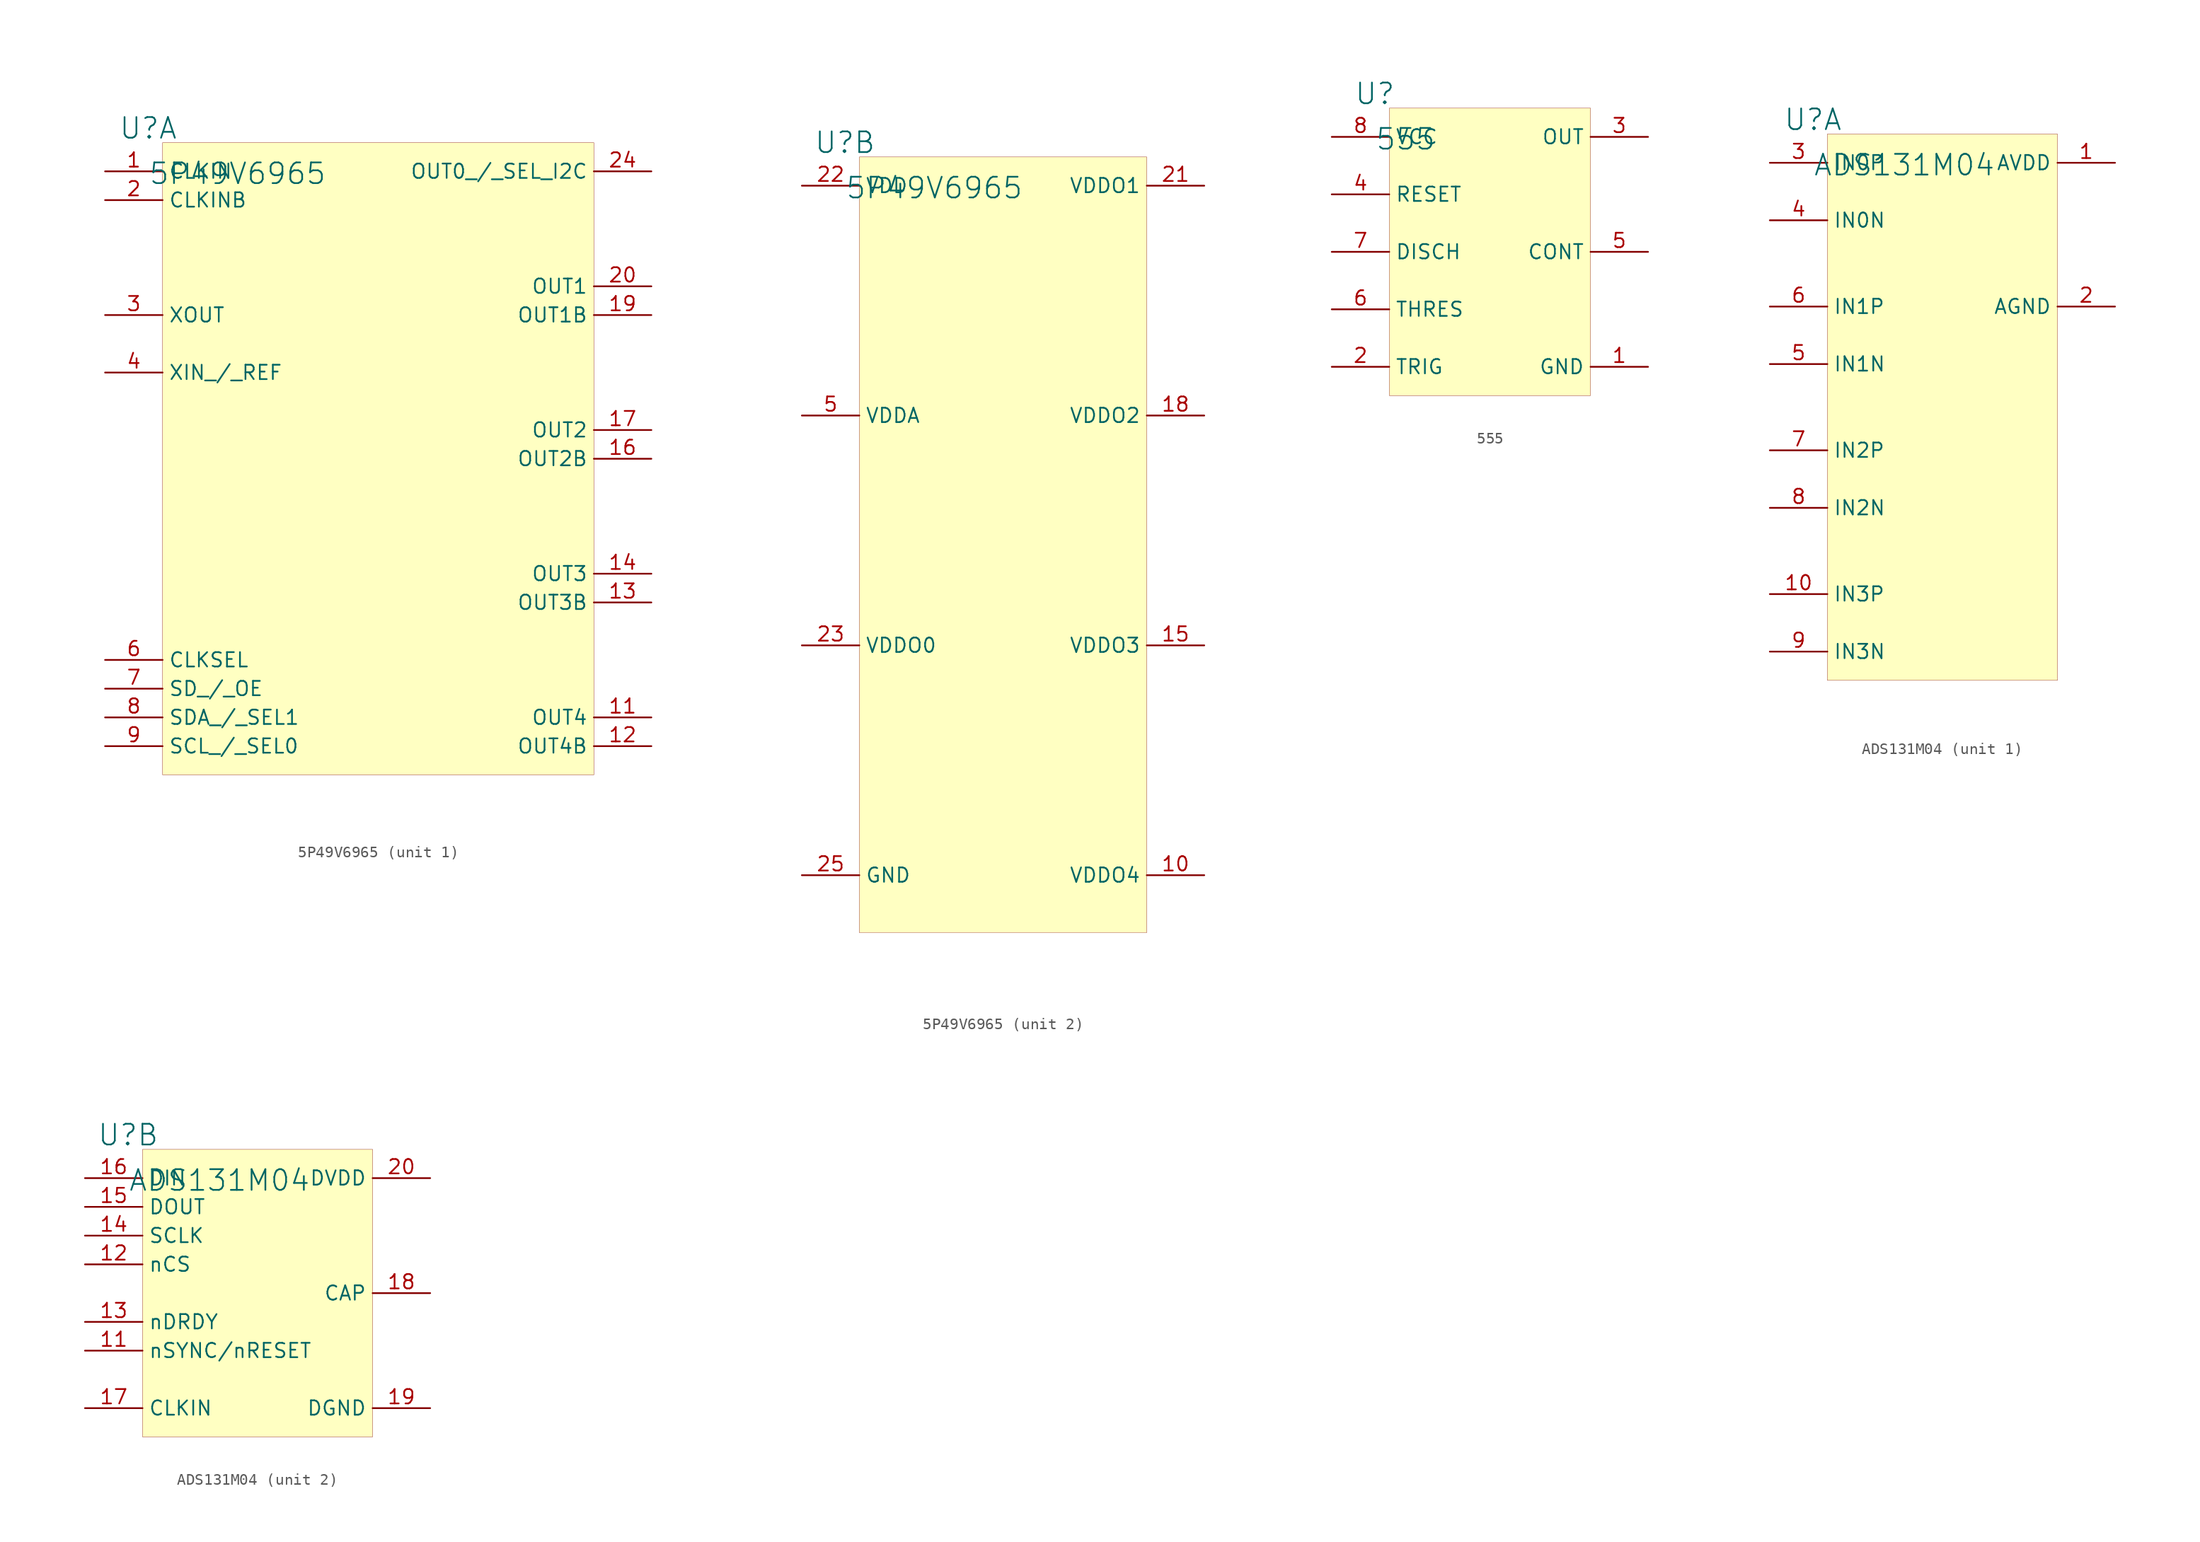
<source format=kicad_sym>
(kicad_symbol_lib
  (version 20231120)
  (generator "kicad_symbol_editor")
  (generator_version "8.0")
  (symbol "5P49V6965"
    (property "Reference" "U"
      (at -1.27 1.27 0)
      (effects (font (size 1.829 1.829))))
    (property "Value" "5P49V6965"
      (at -1.27 -3.81 0)
      (effects (font (size 1.829 1.829)) (justify left bottom)))
    (symbol "5P49V6965_1_0"
      (rectangle (start 38.1 0) (end 0 -55.88) (stroke (width 0.025) (type solid) (color 128 0 0 1)) (fill (type background)))
      (pin passive line (at -5.08 -2.54 0) (length 5.08) (name "CLKIN" (effects (font (size 1.27 1.27)))) (number "1" (effects (font (size 1.27 1.27)))))
      (pin passive line (at 43.18 -50.8 180) (length 5.08) (name "OUT4" (effects (font (size 1.27 1.27)))) (number "11" (effects (font (size 1.27 1.27)))))
      (pin passive line (at 43.18 -53.34 180) (length 5.08) (name "OUT4B" (effects (font (size 1.27 1.27)))) (number "12" (effects (font (size 1.27 1.27)))))
      (pin passive line (at 43.18 -40.64 180) (length 5.08) (name "OUT3B" (effects (font (size 1.27 1.27)))) (number "13" (effects (font (size 1.27 1.27)))))
      (pin passive line (at 43.18 -38.1 180) (length 5.08) (name "OUT3" (effects (font (size 1.27 1.27)))) (number "14" (effects (font (size 1.27 1.27)))))
      (pin passive line (at 43.18 -27.94 180) (length 5.08) (name "OUT2B" (effects (font (size 1.27 1.27)))) (number "16" (effects (font (size 1.27 1.27)))))
      (pin passive line (at 43.18 -25.4 180) (length 5.08) (name "OUT2" (effects (font (size 1.27 1.27)))) (number "17" (effects (font (size 1.27 1.27)))))
      (pin passive line (at 43.18 -15.24 180) (length 5.08) (name "OUT1B" (effects (font (size 1.27 1.27)))) (number "19" (effects (font (size 1.27 1.27)))))
      (pin passive line (at -5.08 -5.08 0) (length 5.08) (name "CLKINB" (effects (font (size 1.27 1.27)))) (number "2" (effects (font (size 1.27 1.27)))))
      (pin passive line (at 43.18 -12.7 180) (length 5.08) (name "OUT1" (effects (font (size 1.27 1.27)))) (number "20" (effects (font (size 1.27 1.27)))))
      (pin passive line (at 43.18 -2.54 180) (length 5.08) (name "OUT0_/_SEL_I2C" (effects (font (size 1.27 1.27)))) (number "24" (effects (font (size 1.27 1.27)))))
      (pin passive line (at -5.08 -15.24 0) (length 5.08) (name "XOUT" (effects (font (size 1.27 1.27)))) (number "3" (effects (font (size 1.27 1.27)))))
      (pin passive line (at -5.08 -20.32 0) (length 5.08) (name "XIN_/_REF" (effects (font (size 1.27 1.27)))) (number "4" (effects (font (size 1.27 1.27)))))
      (pin passive line (at -5.08 -45.72 0) (length 5.08) (name "CLKSEL" (effects (font (size 1.27 1.27)))) (number "6" (effects (font (size 1.27 1.27)))))
      (pin passive line (at -5.08 -48.26 0) (length 5.08) (name "SD_/_OE" (effects (font (size 1.27 1.27)))) (number "7" (effects (font (size 1.27 1.27)))))
      (pin passive line (at -5.08 -50.8 0) (length 5.08) (name "SDA_/_SEL1" (effects (font (size 1.27 1.27)))) (number "8" (effects (font (size 1.27 1.27)))))
      (pin passive line (at -5.08 -53.34 0) (length 5.08) (name "SCL_/_SEL0" (effects (font (size 1.27 1.27)))) (number "9" (effects (font (size 1.27 1.27))))))
    (symbol "5P49V6965_2_0"
      (rectangle (start 25.4 0) (end 0 -68.58) (stroke (width 0.025) (type solid) (color 128 0 0 1)) (fill (type background)))
      (pin passive line (at 30.48 -63.5 180) (length 5.08) (name "VDDO4" (effects (font (size 1.27 1.27)))) (number "10" (effects (font (size 1.27 1.27)))))
      (pin passive line (at 30.48 -43.18 180) (length 5.08) (name "VDDO3" (effects (font (size 1.27 1.27)))) (number "15" (effects (font (size 1.27 1.27)))))
      (pin passive line (at 30.48 -22.86 180) (length 5.08) (name "VDDO2" (effects (font (size 1.27 1.27)))) (number "18" (effects (font (size 1.27 1.27)))))
      (pin passive line (at 30.48 -2.54 180) (length 5.08) (name "VDDO1" (effects (font (size 1.27 1.27)))) (number "21" (effects (font (size 1.27 1.27)))))
      (pin passive line (at -5.08 -2.54 0) (length 5.08) (name "VDD" (effects (font (size 1.27 1.27)))) (number "22" (effects (font (size 1.27 1.27)))))
      (pin passive line (at -5.08 -43.18 0) (length 5.08) (name "VDDO0" (effects (font (size 1.27 1.27)))) (number "23" (effects (font (size 1.27 1.27)))))
      (pin passive line (at -5.08 -63.5 0) (length 5.08) (name "GND" (effects (font (size 1.27 1.27)))) (number "25" (effects (font (size 1.27 1.27)))))
      (pin passive line (at -5.08 -22.86 0) (length 5.08) (name "VDDA" (effects (font (size 1.27 1.27)))) (number "5" (effects (font (size 1.27 1.27)))))))
  (symbol "555"
    (property "Reference" "U"
      (at -1.27 1.27 0)
      (effects (font (size 1.829 1.829))))
    (property "Value" "555"
      (at -1.27 -3.81 0)
      (effects (font (size 1.829 1.829)) (justify left bottom)))
    (symbol "555_1_0"
      (rectangle (start 17.78 0) (end 0 -25.4) (stroke (width 0.025) (type solid) (color 128 0 0 1)) (fill (type background)))
      (pin passive line (at 22.86 -22.86 180) (length 5.08) (name "GND" (effects (font (size 1.27 1.27)))) (number "1" (effects (font (size 1.27 1.27)))))
      (pin input line (at -5.08 -22.86 0) (length 5.08) (name "TRIG" (effects (font (size 1.27 1.27)))) (number "2" (effects (font (size 1.27 1.27)))))
      (pin output line (at 22.86 -2.54 180) (length 5.08) (name "OUT" (effects (font (size 1.27 1.27)))) (number "3" (effects (font (size 1.27 1.27)))))
      (pin input line (at -5.08 -7.62 0) (length 5.08) (name "RESET" (effects (font (size 1.27 1.27)))) (number "4" (effects (font (size 1.27 1.27)))))
      (pin passive line (at 22.86 -12.7 180) (length 5.08) (name "CONT" (effects (font (size 1.27 1.27)))) (number "5" (effects (font (size 1.27 1.27)))))
      (pin input line (at -5.08 -17.78 0) (length 5.08) (name "THRES" (effects (font (size 1.27 1.27)))) (number "6" (effects (font (size 1.27 1.27)))))
      (pin passive line (at -5.08 -12.7 0) (length 5.08) (name "DISCH" (effects (font (size 1.27 1.27)))) (number "7" (effects (font (size 1.27 1.27)))))
      (pin power_in line (at -5.08 -2.54 0) (length 5.08) (name "VCC" (effects (font (size 1.27 1.27)))) (number "8" (effects (font (size 1.27 1.27)))))))
  (symbol "ADS131M04"
    (property "Reference" "U"
      (at -1.27 1.27 0)
      (effects (font (size 1.829 1.829))))
    (property "Value" "ADS131M04"
      (at -1.27 -3.81 0)
      (effects (font (size 1.829 1.829)) (justify left bottom)))
    (symbol "ADS131M04_1_0"
      (rectangle (start 20.32 0) (end 0 -48.26) (stroke (width 0.025) (type solid) (color 128 0 0 1)) (fill (type background)))
      (pin power_in line (at 25.4 -2.54 180) (length 5.08) (name "AVDD" (effects (font (size 1.27 1.27)))) (number "1" (effects (font (size 1.27 1.27)))))
      (pin input line (at -5.08 -40.64 0) (length 5.08) (name "IN3P" (effects (font (size 1.27 1.27)))) (number "10" (effects (font (size 1.27 1.27)))))
      (pin passive line (at 25.4 -15.24 180) (length 5.08) (name "AGND" (effects (font (size 1.27 1.27)))) (number "2" (effects (font (size 1.27 1.27)))))
      (pin input line (at -5.08 -2.54 0) (length 5.08) (name "IN0P" (effects (font (size 1.27 1.27)))) (number "3" (effects (font (size 1.27 1.27)))))
      (pin input line (at -5.08 -7.62 0) (length 5.08) (name "IN0N" (effects (font (size 1.27 1.27)))) (number "4" (effects (font (size 1.27 1.27)))))
      (pin input line (at -5.08 -20.32 0) (length 5.08) (name "IN1N" (effects (font (size 1.27 1.27)))) (number "5" (effects (font (size 1.27 1.27)))))
      (pin input line (at -5.08 -15.24 0) (length 5.08) (name "IN1P" (effects (font (size 1.27 1.27)))) (number "6" (effects (font (size 1.27 1.27)))))
      (pin input line (at -5.08 -27.94 0) (length 5.08) (name "IN2P" (effects (font (size 1.27 1.27)))) (number "7" (effects (font (size 1.27 1.27)))))
      (pin input line (at -5.08 -33.02 0) (length 5.08) (name "IN2N" (effects (font (size 1.27 1.27)))) (number "8" (effects (font (size 1.27 1.27)))))
      (pin input line (at -5.08 -45.72 0) (length 5.08) (name "IN3N" (effects (font (size 1.27 1.27)))) (number "9" (effects (font (size 1.27 1.27))))))
    (symbol "ADS131M04_2_0"
      (rectangle (start 20.32 0) (end 0 -25.4) (stroke (width 0.025) (type solid) (color 128 0 0 1)) (fill (type background)))
      (pin input line (at -5.08 -17.78 0) (length 5.08) (name "nSYNC/nRESET" (effects (font (size 1.27 1.27)))) (number "11" (effects (font (size 1.27 1.27)))))
      (pin input line (at -5.08 -10.16 0) (length 5.08) (name "nCS" (effects (font (size 1.27 1.27)))) (number "12" (effects (font (size 1.27 1.27)))))
      (pin input line (at -5.08 -15.24 0) (length 5.08) (name "nDRDY" (effects (font (size 1.27 1.27)))) (number "13" (effects (font (size 1.27 1.27)))))
      (pin input line (at -5.08 -7.62 0) (length 5.08) (name "SCLK" (effects (font (size 1.27 1.27)))) (number "14" (effects (font (size 1.27 1.27)))))
      (pin output line (at -5.08 -5.08 0) (length 5.08) (name "DOUT" (effects (font (size 1.27 1.27)))) (number "15" (effects (font (size 1.27 1.27)))))
      (pin input line (at -5.08 -2.54 0) (length 5.08) (name "DIN" (effects (font (size 1.27 1.27)))) (number "16" (effects (font (size 1.27 1.27)))))
      (pin input line (at -5.08 -22.86 0) (length 5.08) (name "CLKIN" (effects (font (size 1.27 1.27)))) (number "17" (effects (font (size 1.27 1.27)))))
      (pin power_in line (at 25.4 -12.7 180) (length 5.08) (name "CAP" (effects (font (size 1.27 1.27)))) (number "18" (effects (font (size 1.27 1.27)))))
      (pin passive line (at 25.4 -22.86 180) (length 5.08) (name "DGND" (effects (font (size 1.27 1.27)))) (number "19" (effects (font (size 1.27 1.27)))))
      (pin power_in line (at 25.4 -2.54 180) (length 5.08) (name "DVDD" (effects (font (size 1.27 1.27)))) (number "20" (effects (font (size 1.27 1.27))))))))
</source>
